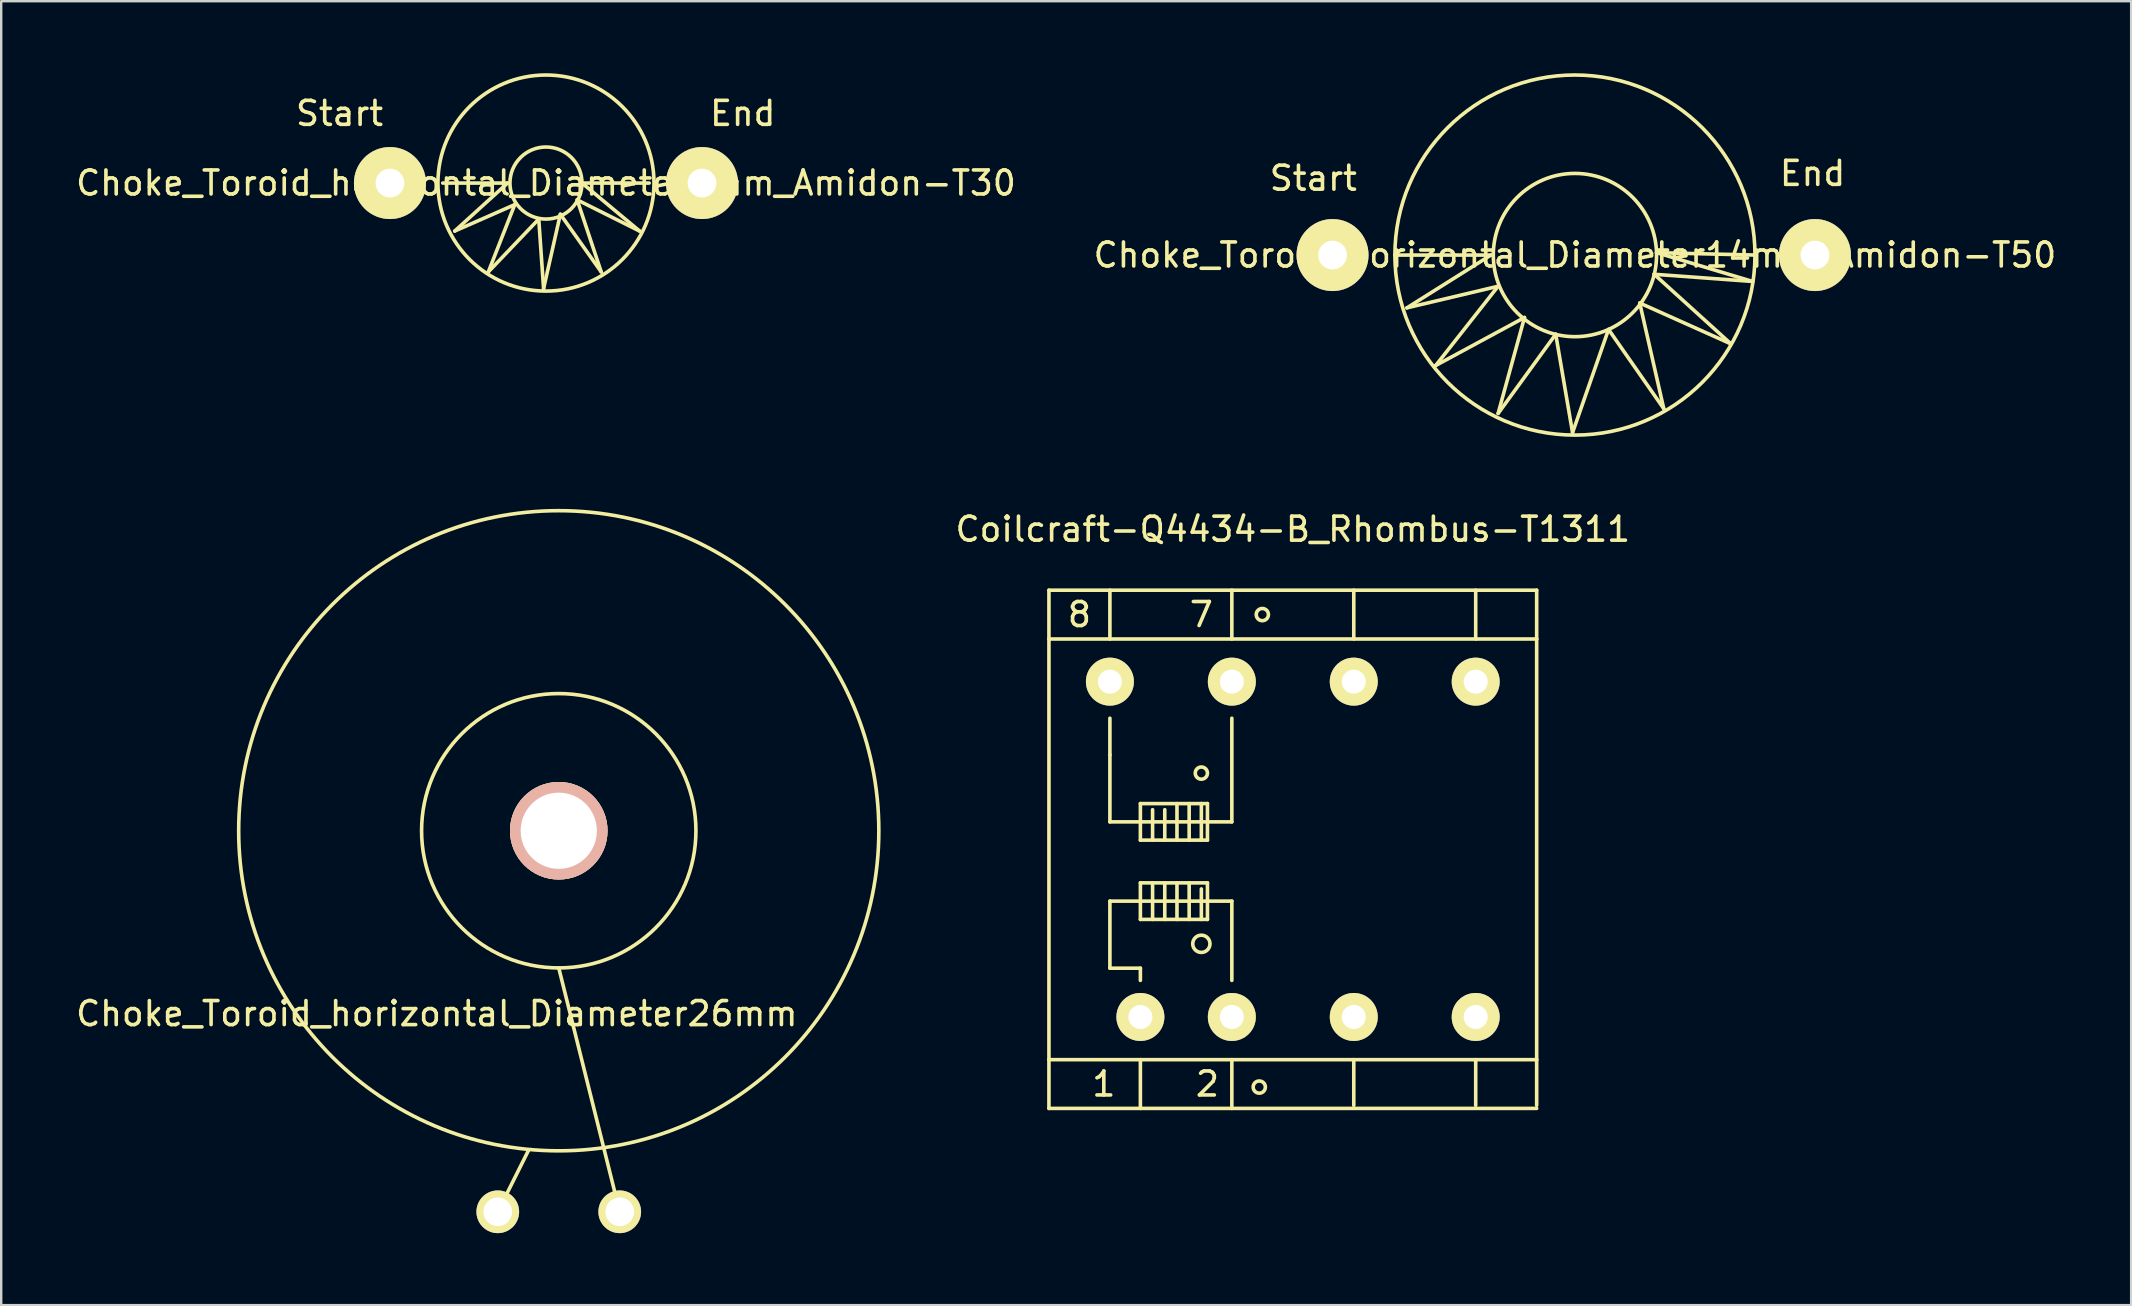
<source format=kicad_pcb>
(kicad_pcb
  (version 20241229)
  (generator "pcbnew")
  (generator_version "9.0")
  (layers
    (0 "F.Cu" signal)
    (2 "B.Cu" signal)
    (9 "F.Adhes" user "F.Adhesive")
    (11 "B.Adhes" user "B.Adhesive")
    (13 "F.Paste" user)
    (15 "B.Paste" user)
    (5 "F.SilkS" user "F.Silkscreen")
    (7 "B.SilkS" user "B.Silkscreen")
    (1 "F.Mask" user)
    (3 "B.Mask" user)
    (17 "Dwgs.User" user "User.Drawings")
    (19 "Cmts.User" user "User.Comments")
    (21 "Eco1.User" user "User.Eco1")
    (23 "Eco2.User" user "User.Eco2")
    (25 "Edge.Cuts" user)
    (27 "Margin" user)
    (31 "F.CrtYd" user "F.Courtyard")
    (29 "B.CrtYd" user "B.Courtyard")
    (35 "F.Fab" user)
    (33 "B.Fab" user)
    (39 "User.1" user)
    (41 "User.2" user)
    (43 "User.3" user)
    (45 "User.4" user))
  (footprint "Choke_Toroid_horizontal_Diameter26mm"
    (layer "F.Cu")
    (at 20.229 31.561)
    (property "Reference" "Choke_Toroid_horizontal_Diameter26mm" (at -5.08 7.62 0) (layer "F.SilkS") (effects (font (size 1 1) (thickness 0.15))))
    (attr through_hole)
    (fp_line (start -2.54 15.875) (end -1.27 13.335) (stroke (width 0.15) (type solid)) (layer "F.SilkS"))
    (fp_line (start 2.54 15.875) (end 0 5.715) (stroke (width 0.15) (type solid)) (layer "F.SilkS"))
    (fp_circle (center 0 0) (end -13.335 0) (stroke (width 0.15) (type solid)) (fill no) (layer "F.SilkS"))
    (fp_circle (center 0 0) (end 5.715 0) (stroke (width 0.15) (type solid)) (fill no) (layer "F.SilkS"))
    (pad "" thru_hole circle (at 0 0) (size 4.064 4.064) (drill 3.175) (layers "*.Cu" "*.SilkS" "*.Mask"))
    (pad "1" thru_hole circle (at -2.54 15.875) (size 1.778 1.778) (drill 1.194) (layers "*.Cu" "*.Mask" "F.SilkS"))
    (pad "2" thru_hole circle (at 2.54 15.875) (size 1.778 1.778) (drill 1.194) (layers "*.Cu" "*.Mask" "F.SilkS")))
  (footprint "Choke_Toroid_horizontal_Diameter9mm_Amidon-T30"
    (layer "F.Cu")
    (at 19.696 4.576)
    (property "Reference" "Choke_Toroid_horizontal_Diameter9mm_Amidon-T30" (at 0 0 0) (layer "F.SilkS") (effects (font (size 1 1) (thickness 0.15))))
    (attr through_hole)
    (fp_line (start -4.3 0) (end -1.6 0) (stroke (width 0.15) (type solid)) (layer "F.SilkS"))
    (fp_line (start -3.8 1.999) (end -1.3 0.899) (stroke (width 0.15) (type solid)) (layer "F.SilkS"))
    (fp_line (start -2.4 3.701) (end -0.3 1.501) (stroke (width 0.15) (type solid)) (layer "F.SilkS"))
    (fp_line (start -1.6 0) (end -3.8 1.999) (stroke (width 0.15) (type solid)) (layer "F.SilkS"))
    (fp_line (start -1.3 0.899) (end -2.4 3.701) (stroke (width 0.15) (type solid)) (layer "F.SilkS"))
    (fp_line (start -0.3 1.501) (end -0.099 4.399) (stroke (width 0.15) (type solid)) (layer "F.SilkS"))
    (fp_line (start -0.099 4.399) (end 0.599 1.3) (stroke (width 0.15) (type solid)) (layer "F.SilkS"))
    (fp_line (start 0.599 1.3) (end 2.301 3.701) (stroke (width 0.15) (type solid)) (layer "F.SilkS"))
    (fp_line (start 1.3 0.701) (end 3.899 1.999) (stroke (width 0.15) (type solid)) (layer "F.SilkS"))
    (fp_line (start 1.501 0) (end 4.3 0) (stroke (width 0.15) (type solid)) (layer "F.SilkS"))
    (fp_line (start 2.301 3.701) (end 1.3 0.701) (stroke (width 0.15) (type solid)) (layer "F.SilkS"))
    (fp_line (start 3.899 1.999) (end 1.501 0) (stroke (width 0.15) (type solid)) (layer "F.SilkS"))
    (fp_circle (center 0 0) (end 1.501 0) (stroke (width 0.15) (type solid)) (fill no) (layer "F.SilkS"))
    (fp_circle (center 0 0) (end 4.501 0) (stroke (width 0.15) (type solid)) (fill no) (layer "F.SilkS"))
    (fp_text user "End" (at 8.199 -2.901 0) (layer "F.SilkS") (effects (font (size 1 1) (thickness 0.15))))
    (fp_text user "Start" (at -8.6 -2.901 0) (layer "F.SilkS") (effects (font (size 1 1) (thickness 0.15))))
    (pad "1" thru_hole circle (at -6.5 0) (size 3 3) (drill 1.199) (layers "*.Cu" "*.Mask" "F.SilkS"))
    (pad "2" thru_hole circle (at 6.5 0) (size 3 3) (drill 1.199) (layers "*.Cu" "*.Mask" "F.SilkS")))
  (footprint "Choke_Toroid_horizontal_Diameter14mm_Amidon-T50"
    (layer "F.Cu")
    (at 62.565 7.576)
    (property "Reference" "Choke_Toroid_horizontal_Diameter14mm_Amidon-T50" (at 0 0 0) (layer "F.SilkS") (effects (font (size 1 1) (thickness 0.15))))
    (attr through_hole)
    (fp_line (start -7.501 0) (end -3.5 0) (stroke (width 0.15) (type solid)) (layer "F.SilkS"))
    (fp_line (start -7 2.2) (end -3.2 1.3) (stroke (width 0.15) (type solid)) (layer "F.SilkS"))
    (fp_line (start -5.799 4.6) (end -2.101 2.601) (stroke (width 0.15) (type solid)) (layer "F.SilkS"))
    (fp_line (start -3.5 0) (end -7 2.2) (stroke (width 0.15) (type solid)) (layer "F.SilkS"))
    (fp_line (start -3.2 1.3) (end -5.799 4.6) (stroke (width 0.15) (type solid)) (layer "F.SilkS"))
    (fp_line (start -3.2 6.599) (end -0.8 3.299) (stroke (width 0.15) (type solid)) (layer "F.SilkS"))
    (fp_line (start -2.101 2.601) (end -3.2 6.599) (stroke (width 0.15) (type solid)) (layer "F.SilkS"))
    (fp_line (start -0.8 3.299) (end -0.099 7.399) (stroke (width 0.15) (type solid)) (layer "F.SilkS"))
    (fp_line (start -0.099 7.399) (end 1.4 3.099) (stroke (width 0.15) (type solid)) (layer "F.SilkS"))
    (fp_line (start 1.4 3.099) (end 3.701 6.401) (stroke (width 0.15) (type solid)) (layer "F.SilkS"))
    (fp_line (start 2.7 1.999) (end 6.5 3.701) (stroke (width 0.15) (type solid)) (layer "F.SilkS"))
    (fp_line (start 3.299 0.8) (end 7.399 1.1) (stroke (width 0.15) (type solid)) (layer "F.SilkS"))
    (fp_line (start 3.401 -0.099) (end 7.501 0) (stroke (width 0.15) (type solid)) (layer "F.SilkS"))
    (fp_line (start 3.701 6.401) (end 2.7 1.999) (stroke (width 0.15) (type solid)) (layer "F.SilkS"))
    (fp_line (start 6.5 3.701) (end 3.299 0.8) (stroke (width 0.15) (type solid)) (layer "F.SilkS"))
    (fp_line (start 7.399 1.1) (end 3.401 -0.099) (stroke (width 0.15) (type solid)) (layer "F.SilkS"))
    (fp_circle (center 0 0) (end 3.401 0) (stroke (width 0.15) (type solid)) (fill no) (layer "F.SilkS"))
    (fp_circle (center 0 0) (end 7.501 0) (stroke (width 0.15) (type solid)) (fill no) (layer "F.SilkS"))
    (fp_text user "Start" (at -10.899 -3.2 0) (layer "F.SilkS") (effects (font (size 1 1) (thickness 0.15))))
    (fp_text user "End" (at 9.901 -3.401 0) (layer "F.SilkS") (effects (font (size 1 1) (thickness 0.15))))
    (pad "1" thru_hole circle (at -10.099 0) (size 3 3) (drill 1.199) (layers "*.Cu" "*.Mask" "F.SilkS"))
    (pad "2" thru_hole circle (at 10 0) (size 3 3) (drill 1.199) (layers "*.Cu" "*.Mask" "F.SilkS")))
  (footprint "Coilcraft-Q4434-B_Rhombus-T1311"
    (layer "F.Cu")
    (at 50.811 32.969)
    (property "Reference" "Coilcraft-Q4434-B_Rhombus-T1311" (at 0 -13.97 0) (layer "F.SilkS") (effects (font (size 1 1) (thickness 0.15))))
    (attr through_hole)
    (fp_line (start -10.16 -11.43) (end -10.16 -9.398) (stroke (width 0.15) (type solid)) (layer "F.SilkS"))
    (fp_line (start -10.16 -9.398) (end -10.16 8.128) (stroke (width 0.15) (type solid)) (layer "F.SilkS"))
    (fp_line (start -10.16 8.128) (end -10.16 10.16) (stroke (width 0.15) (type solid)) (layer "F.SilkS"))
    (fp_line (start -10.16 8.128) (end 10.16 8.128) (stroke (width 0.15) (type solid)) (layer "F.SilkS"))
    (fp_line (start -10.16 10.16) (end 10.16 10.16) (stroke (width 0.15) (type solid)) (layer "F.SilkS"))
    (fp_line (start -7.62 -9.398) (end -7.62 -11.43) (stroke (width 0.15) (type solid)) (layer "F.SilkS"))
    (fp_line (start -7.62 -6.096) (end -7.62 -4.572) (stroke (width 0.15) (type solid)) (layer "F.SilkS"))
    (fp_line (start -7.62 -4.572) (end -7.62 -1.778) (stroke (width 0.15) (type solid)) (layer "F.SilkS"))
    (fp_line (start -7.62 -1.778) (end -2.54 -1.778) (stroke (width 0.15) (type solid)) (layer "F.SilkS"))
    (fp_line (start -7.62 1.524) (end -7.62 4.318) (stroke (width 0.15) (type solid)) (layer "F.SilkS"))
    (fp_line (start -7.62 4.318) (end -6.35 4.318) (stroke (width 0.15) (type solid)) (layer "F.SilkS"))
    (fp_line (start -6.35 -2.54) (end -3.556 -2.54) (stroke (width 0.15) (type solid)) (layer "F.SilkS"))
    (fp_line (start -6.35 -1.016) (end -6.35 -2.54) (stroke (width 0.15) (type solid)) (layer "F.SilkS"))
    (fp_line (start -6.35 0.762) (end -6.35 2.286) (stroke (width 0.15) (type solid)) (layer "F.SilkS"))
    (fp_line (start -6.35 1.524) (end -7.62 1.524) (stroke (width 0.15) (type solid)) (layer "F.SilkS"))
    (fp_line (start -6.35 1.524) (end -2.54 1.524) (stroke (width 0.15) (type solid)) (layer "F.SilkS"))
    (fp_line (start -6.35 2.286) (end -3.556 2.286) (stroke (width 0.15) (type solid)) (layer "F.SilkS"))
    (fp_line (start -6.35 4.318) (end -6.35 4.826) (stroke (width 0.15) (type solid)) (layer "F.SilkS"))
    (fp_line (start -6.35 8.128) (end -6.35 10.16) (stroke (width 0.15) (type solid)) (layer "F.SilkS"))
    (fp_line (start -5.842 -2.286) (end -5.842 -1.016) (stroke (width 0.15) (type solid)) (layer "F.SilkS"))
    (fp_line (start -5.842 0.762) (end -5.842 2.286) (stroke (width 0.15) (type solid)) (layer "F.SilkS"))
    (fp_line (start -5.334 -2.286) (end -5.334 -1.016) (stroke (width 0.15) (type solid)) (layer "F.SilkS"))
    (fp_line (start -5.334 0.762) (end -5.334 2.286) (stroke (width 0.15) (type solid)) (layer "F.SilkS"))
    (fp_line (start -4.826 -2.54) (end -4.826 -1.016) (stroke (width 0.15) (type solid)) (layer "F.SilkS"))
    (fp_line (start -4.826 0.762) (end -4.826 2.286) (stroke (width 0.15) (type solid)) (layer "F.SilkS"))
    (fp_line (start -4.318 -2.54) (end -4.318 -1.016) (stroke (width 0.15) (type solid)) (layer "F.SilkS"))
    (fp_line (start -4.318 0.762) (end -4.318 2.286) (stroke (width 0.15) (type solid)) (layer "F.SilkS"))
    (fp_line (start -3.81 -2.54) (end -3.81 -1.016) (stroke (width 0.15) (type solid)) (layer "F.SilkS"))
    (fp_line (start -3.81 1.016) (end -3.81 2.286) (stroke (width 0.15) (type solid)) (layer "F.SilkS"))
    (fp_line (start -3.556 -2.54) (end -3.556 -1.016) (stroke (width 0.15) (type solid)) (layer "F.SilkS"))
    (fp_line (start -3.556 -1.016) (end -6.35 -1.016) (stroke (width 0.15) (type solid)) (layer "F.SilkS"))
    (fp_line (start -3.556 0.762) (end -6.35 0.762) (stroke (width 0.15) (type solid)) (layer "F.SilkS"))
    (fp_line (start -3.556 2.286) (end -3.556 0.762) (stroke (width 0.15) (type solid)) (layer "F.SilkS"))
    (fp_line (start -2.54 -9.398) (end -2.54 -11.43) (stroke (width 0.15) (type solid)) (layer "F.SilkS"))
    (fp_line (start -2.54 -1.778) (end -2.54 -6.096) (stroke (width 0.15) (type solid)) (layer "F.SilkS"))
    (fp_line (start -2.54 1.524) (end -2.54 4.826) (stroke (width 0.15) (type solid)) (layer "F.SilkS"))
    (fp_line (start -2.54 8.128) (end -2.54 10.16) (stroke (width 0.15) (type solid)) (layer "F.SilkS"))
    (fp_line (start 2.54 -9.398) (end 2.54 -11.43) (stroke (width 0.15) (type solid)) (layer "F.SilkS"))
    (fp_line (start 2.54 8.128) (end 2.54 10.033) (stroke (width 0.15) (type solid)) (layer "F.SilkS"))
    (fp_line (start 7.62 -9.398) (end 7.62 -11.43) (stroke (width 0.15) (type solid)) (layer "F.SilkS"))
    (fp_line (start 7.62 8.128) (end 7.62 10.033) (stroke (width 0.15) (type solid)) (layer "F.SilkS"))
    (fp_line (start 10.16 -11.43) (end -10.16 -11.43) (stroke (width 0.15) (type solid)) (layer "F.SilkS"))
    (fp_line (start 10.16 -11.43) (end 10.16 -9.398) (stroke (width 0.15) (type solid)) (layer "F.SilkS"))
    (fp_line (start 10.16 -9.398) (end -10.16 -9.398) (stroke (width 0.15) (type solid)) (layer "F.SilkS"))
    (fp_line (start 10.16 8.128) (end 10.16 -9.398) (stroke (width 0.15) (type solid)) (layer "F.SilkS"))
    (fp_line (start 10.16 8.128) (end 10.16 10.033) (stroke (width 0.15) (type solid)) (layer "F.SilkS"))
    (fp_circle (center -3.81 -3.81) (end -3.81 -3.556) (stroke (width 0.15) (type solid)) (fill no) (layer "F.SilkS"))
    (fp_circle (center -3.81 3.302) (end -3.556 3.556) (stroke (width 0.15) (type solid)) (fill no) (layer "F.SilkS"))
    (fp_circle (center -1.397 9.271) (end -1.397 9.525) (stroke (width 0.15) (type solid)) (fill no) (layer "F.SilkS"))
    (fp_circle (center -1.27 -10.414) (end -1.27 -10.16) (stroke (width 0.15) (type solid)) (fill no) (layer "F.SilkS"))
    (fp_text user "1" (at -7.874 9.144 0) (layer "F.SilkS") (effects (font (size 1 1) (thickness 0.15))))
    (fp_text user "7" (at -3.81 -10.414 0) (layer "F.SilkS") (effects (font (size 1 1) (thickness 0.15))))
    (fp_text user "2" (at -3.556 9.144 0) (layer "F.SilkS") (effects (font (size 1 1) (thickness 0.15))))
    (fp_text user "8" (at -8.89 -10.414 0) (layer "F.SilkS") (effects (font (size 1 1) (thickness 0.15))))
    (pad "1" thru_hole circle (at -6.35 6.35) (size 1.999 1.999) (drill 1.001) (layers "*.Cu" "*.Mask" "F.SilkS"))
    (pad "2" thru_hole circle (at -2.54 6.35) (size 1.999 1.999) (drill 1.001) (layers "*.Cu" "*.Mask" "F.SilkS"))
    (pad "3" thru_hole circle (at 2.54 6.35) (size 1.999 1.999) (drill 1.001) (layers "*.Cu" "*.Mask" "F.SilkS"))
    (pad "4" thru_hole circle (at 7.62 6.35) (size 1.999 1.999) (drill 1.001) (layers "*.Cu" "*.Mask" "F.SilkS"))
    (pad "5" thru_hole circle (at 7.62 -7.62) (size 1.999 1.999) (drill 1.001) (layers "*.Cu" "*.Mask" "F.SilkS"))
    (pad "6" thru_hole circle (at 2.54 -7.62) (size 1.999 1.999) (drill 1.001) (layers "*.Cu" "*.Mask" "F.SilkS"))
    (pad "7" thru_hole circle (at -2.54 -7.62) (size 1.999 1.999) (drill 1.001) (layers "*.Cu" "*.Mask" "F.SilkS"))
    (pad "8" thru_hole circle (at -7.62 -7.62) (size 1.999 1.999) (drill 1.001) (layers "*.Cu" "*.Mask" "F.SilkS")))
  (gr_rect
    (start -3 -3)
    (end 85.738 51.325)
    (stroke (width 0.1) (type default))
    (fill no)
    (layer "Edge.Cuts")))
</source>
